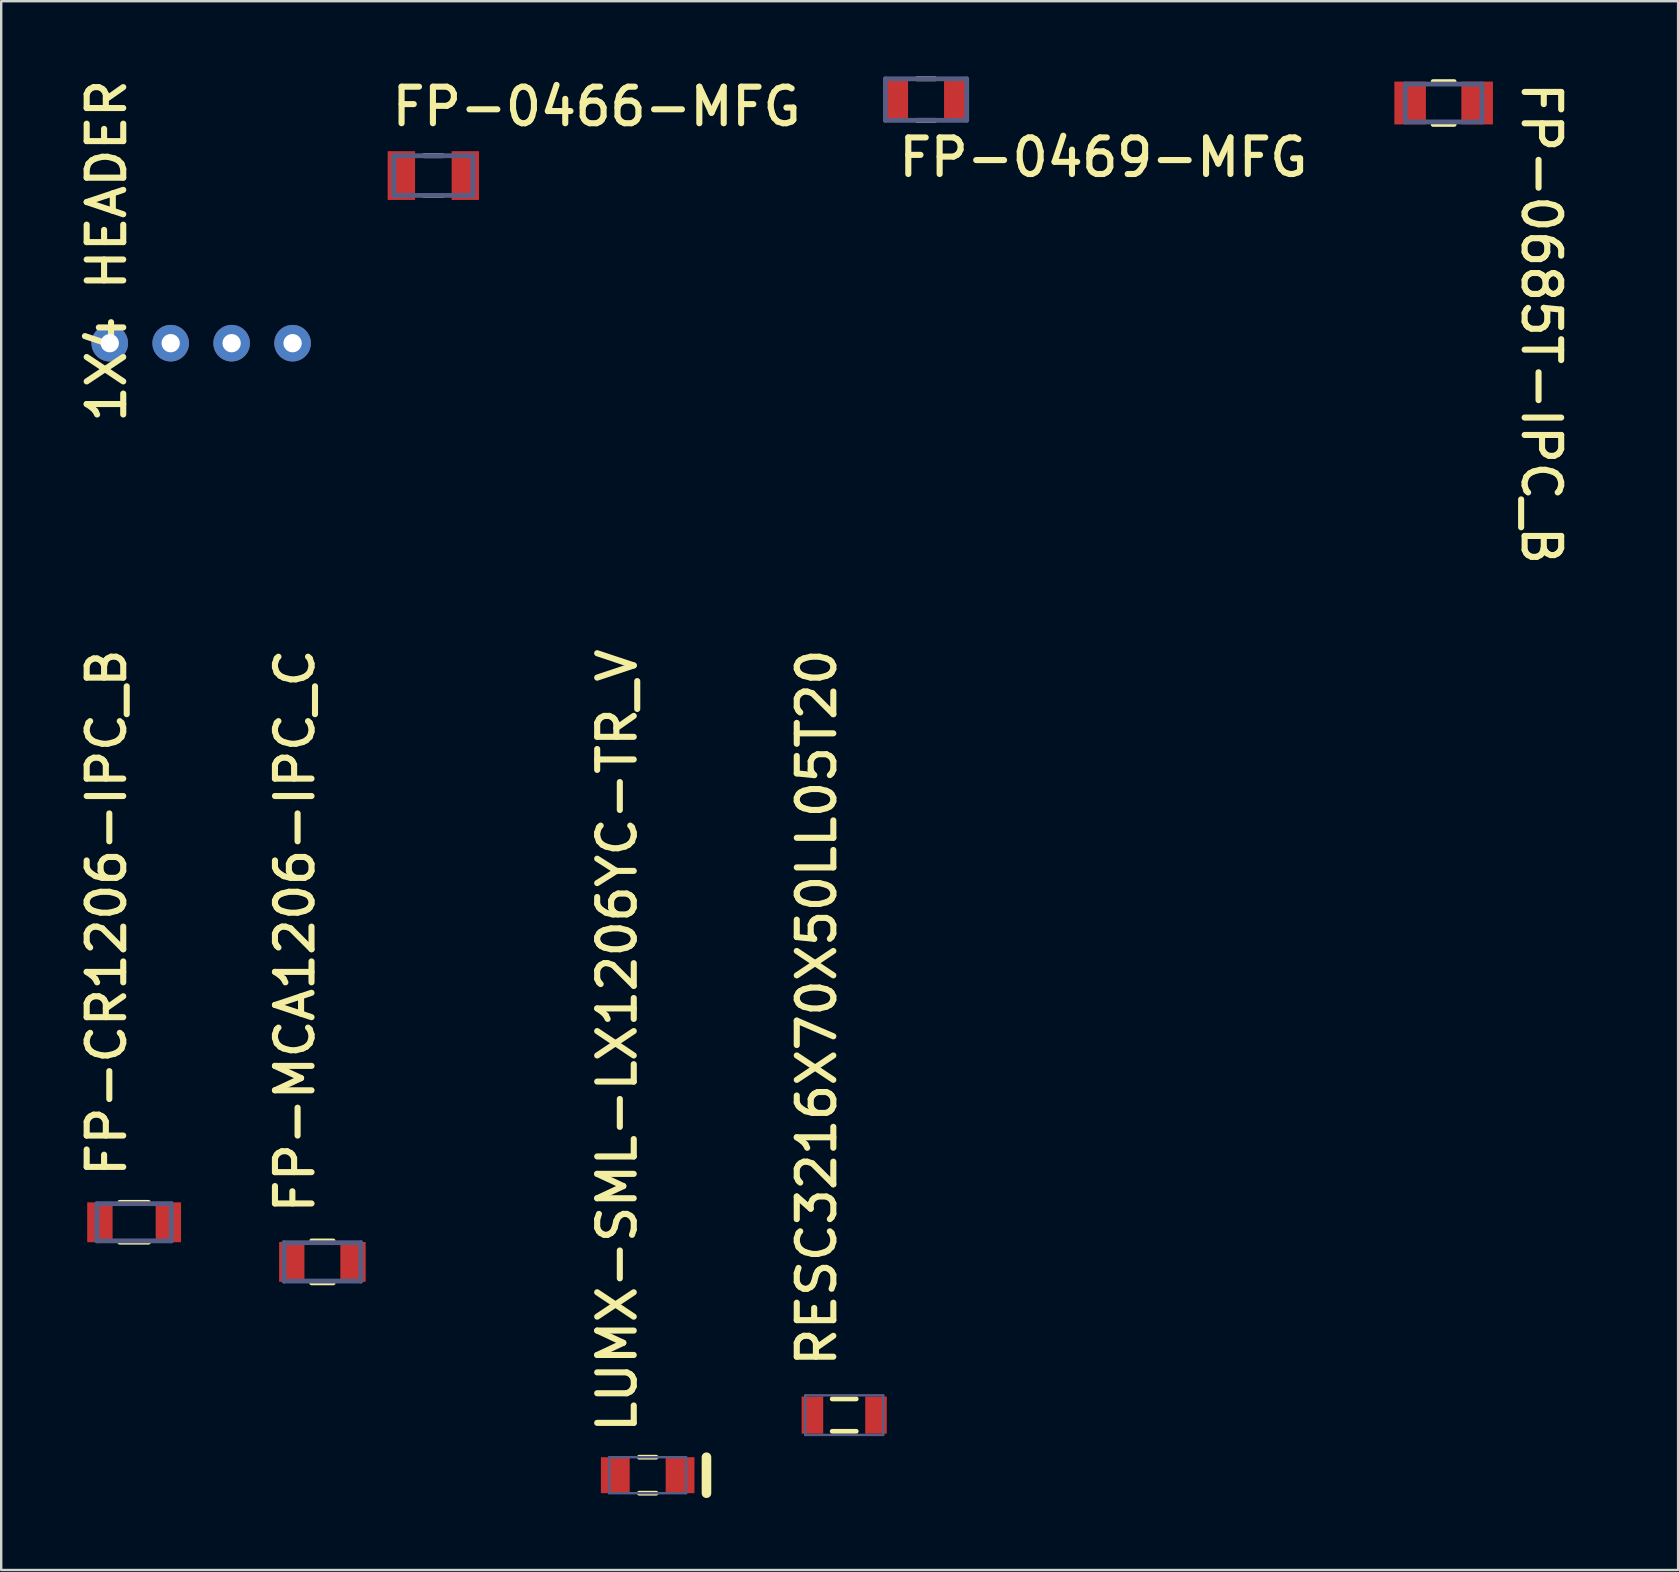
<source format=kicad_pcb>
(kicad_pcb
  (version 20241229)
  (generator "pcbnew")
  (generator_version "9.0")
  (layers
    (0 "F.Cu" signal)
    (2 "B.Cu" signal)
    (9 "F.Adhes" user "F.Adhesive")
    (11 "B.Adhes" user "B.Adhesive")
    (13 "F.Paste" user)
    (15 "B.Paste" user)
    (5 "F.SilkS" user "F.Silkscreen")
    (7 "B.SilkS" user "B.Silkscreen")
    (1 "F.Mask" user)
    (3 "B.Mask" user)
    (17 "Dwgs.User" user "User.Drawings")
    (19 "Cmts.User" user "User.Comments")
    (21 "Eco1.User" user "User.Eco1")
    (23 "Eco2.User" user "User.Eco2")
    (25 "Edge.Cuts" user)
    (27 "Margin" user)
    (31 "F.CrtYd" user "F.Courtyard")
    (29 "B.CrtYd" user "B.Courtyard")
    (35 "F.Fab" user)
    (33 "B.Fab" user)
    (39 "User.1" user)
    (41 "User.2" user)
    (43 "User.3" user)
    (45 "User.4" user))
  (footprint "FP-MCA1206-IPC_C"
    (layer "F.Cu")
    (at 10.387 49.543)
    (property "Reference" "FP-MCA1206-IPC_C" (at -0.254 -1.905 90) (unlocked yes) (layer "F.SilkS") (effects (font (size 1.524 1.524) (thickness 0.254)) (justify left bottom)))
    (fp_line (start 0.448 -0.875) (end -0.448 -0.875) (stroke (width 0.2) (type solid)) (layer "F.SilkS"))
    (fp_line (start 0.448 0.875) (end -0.448 0.875) (stroke (width 0.2) (type solid)) (layer "F.SilkS"))
    (fp_line (start -1.904 0.975) (end -1.904 -0.975) (stroke (width 0.2) (type solid)) (layer "Eco1.User"))
    (fp_line (start 0 0.5) (end 0 -0.5) (stroke (width 0.1) (type solid)) (layer "Eco1.User"))
    (fp_line (start 0.5 0) (end -0.5 0) (stroke (width 0.1) (type solid)) (layer "Eco1.User"))
    (fp_line (start 1.904 -0.975) (end -1.904 -0.975) (stroke (width 0.2) (type solid)) (layer "Eco1.User"))
    (fp_line (start 1.904 0.975) (end -1.904 0.975) (stroke (width 0.2) (type solid)) (layer "Eco1.User"))
    (fp_line (start 1.904 0.975) (end 1.904 -0.975) (stroke (width 0.2) (type solid)) (layer "Eco1.User"))
    (fp_line (start -1.6 0.8) (end -1.6 -0.8) (stroke (width 0.2) (type solid)) (layer "B.Fab"))
    (fp_line (start 1.6 -0.8) (end -1.6 -0.8) (stroke (width 0.2) (type solid)) (layer "B.Fab"))
    (fp_line (start 1.6 0.8) (end -1.6 0.8) (stroke (width 0.2) (type solid)) (layer "B.Fab"))
    (fp_line (start 1.6 0.8) (end 1.6 -0.8) (stroke (width 0.2) (type solid)) (layer "B.Fab"))
    (fp_line (start -1.904 0.975) (end -1.904 -0.975) (stroke (width 0.2) (type solid)) (layer "User.5"))
    (fp_line (start 1.904 -0.975) (end -1.904 -0.975) (stroke (width 0.2) (type solid)) (layer "User.5"))
    (fp_line (start 1.904 0.975) (end -1.904 0.975) (stroke (width 0.2) (type solid)) (layer "User.5"))
    (fp_line (start 1.904 0.975) (end 1.904 -0.975) (stroke (width 0.2) (type solid)) (layer "User.5"))
    (fp_text user "${REFERENCE}" (at -0.00001 0.00001 0) (unlocked yes) (layer "User.5") (effects (font (size 0.5 0.5) (thickness 0.1)) (justify left bottom)))
    (pad "1" smd rect (at -1.276 0) (size 1.056 1.658) (layers "F.Cu" "F.Mask" "F.Paste"))
    (pad "2" smd rect (at 1.276 0) (size 1.056 1.658) (layers "F.Cu" "F.Mask" "F.Paste")))
  (footprint "1X4 HEADER"
    (layer "F.Cu")
    (at 6.604 16.333)
    (property "Reference" "1X4 HEADER" (at -4.318 -1.651 90) (unlocked yes) (layer "F.SilkS") (effects (font (size 1.524 1.524) (thickness 0.254)) (justify left bottom)))
    (pad "1" thru_hole circle (at -5.08 -5.08) (size 1.524 1.524) (drill 0.762) (layers "*.Cu" "*.Mask"))
    (pad "2" thru_hole circle (at -2.54 -5.08) (size 1.524 1.524) (drill 0.762) (layers "*.Cu" "*.Mask"))
    (pad "3" thru_hole circle (at 0 -5.08) (size 1.524 1.524) (drill 0.762) (layers "*.Cu" "*.Mask"))
    (pad "4" thru_hole circle (at 2.54 -5.08) (size 1.524 1.524) (drill 0.762) (layers "*.Cu" "*.Mask")))
  (footprint "RESC3216X70X50LL05T20"
    (layer "F.Cu")
    (at 32.135 55.929)
    (property "Reference" "RESC3216X70X50LL05T20" (at -0.254 -1.905 90) (unlocked yes) (layer "F.SilkS") (effects (font (size 1.524 1.524) (thickness 0.254)) (justify left bottom)))
    (fp_line (start 0.5 -0.675) (end -0.5 -0.675) (stroke (width 0.2) (type solid)) (layer "F.SilkS"))
    (fp_line (start 0.5 0.675) (end -0.5 0.675) (stroke (width 0.2) (type solid)) (layer "F.SilkS"))
    (fp_line (start -1.9 0.95) (end -1.9 -0.95) (stroke (width 0.05) (type solid)) (layer "Eco1.User"))
    (fp_line (start 0 0.5) (end 0 -0.5) (stroke (width 0.1) (type solid)) (layer "Eco1.User"))
    (fp_line (start 0.5 0) (end -0.5 0) (stroke (width 0.1) (type solid)) (layer "Eco1.User"))
    (fp_line (start 1.9 -0.95) (end -1.9 -0.95) (stroke (width 0.05) (type solid)) (layer "Eco1.User"))
    (fp_line (start 1.9 0.95) (end -1.9 0.95) (stroke (width 0.05) (type solid)) (layer "Eco1.User"))
    (fp_line (start 1.9 0.95) (end 1.9 -0.95) (stroke (width 0.05) (type solid)) (layer "Eco1.User"))
    (fp_line (start -1.625 0.825) (end -1.625 -0.825) (stroke (width 0.1) (type solid)) (layer "B.Fab"))
    (fp_line (start 1.625 -0.825) (end -1.625 -0.825) (stroke (width 0.1) (type solid)) (layer "B.Fab"))
    (fp_line (start 1.625 0.825) (end -1.625 0.825) (stroke (width 0.1) (type solid)) (layer "B.Fab"))
    (fp_line (start 1.625 0.825) (end 1.625 -0.825) (stroke (width 0.1) (type solid)) (layer "B.Fab"))
    (pad "1" smd rect (at -1.325 0 90) (size 1.55 0.9) (layers "F.Cu" "F.Mask" "F.Paste"))
    (pad "2" smd rect (at 1.325 0 90) (size 1.55 0.9) (layers "F.Cu" "F.Mask" "F.Paste")))
  (footprint "FP-CR1206-IPC_B"
    (layer "F.Cu")
    (at 2.54 47.892)
    (property "Reference" "FP-CR1206-IPC_B" (at -0.254 -1.778 90) (unlocked yes) (layer "F.SilkS") (effects (font (size 1.524 1.524) (thickness 0.254)) (justify left bottom)))
    (fp_line (start 0.598 -0.831) (end -0.598 -0.831) (stroke (width 0.2) (type solid)) (layer "F.SilkS"))
    (fp_line (start 0.598 0.831) (end -0.598 0.831) (stroke (width 0.2) (type solid)) (layer "F.SilkS"))
    (fp_line (start -2.206 1.081) (end -2.206 -1.081) (stroke (width 0.2) (type solid)) (layer "Eco1.User"))
    (fp_line (start 0 0.5) (end 0 -0.5) (stroke (width 0.1) (type solid)) (layer "Eco1.User"))
    (fp_line (start 0.5 0) (end -0.5 0) (stroke (width 0.1) (type solid)) (layer "Eco1.User"))
    (fp_line (start 2.206 -1.081) (end -2.206 -1.081) (stroke (width 0.2) (type solid)) (layer "Eco1.User"))
    (fp_line (start 2.206 1.081) (end -2.206 1.081) (stroke (width 0.2) (type solid)) (layer "Eco1.User"))
    (fp_line (start 2.206 1.081) (end 2.206 -1.081) (stroke (width 0.2) (type solid)) (layer "Eco1.User"))
    (fp_line (start -1.55 0.775) (end -1.55 -0.775) (stroke (width 0.2) (type solid)) (layer "B.Fab"))
    (fp_line (start 1.55 -0.775) (end -1.55 -0.775) (stroke (width 0.2) (type solid)) (layer "B.Fab"))
    (fp_line (start 1.55 0.775) (end -1.55 0.775) (stroke (width 0.2) (type solid)) (layer "B.Fab"))
    (fp_line (start 1.55 0.775) (end 1.55 -0.775) (stroke (width 0.2) (type solid)) (layer "B.Fab"))
    (fp_line (start -2.206 1.081) (end -2.206 -1.081) (stroke (width 0.2) (type solid)) (layer "User.5"))
    (fp_line (start 2.206 -1.081) (end -2.206 -1.081) (stroke (width 0.2) (type solid)) (layer "User.5"))
    (fp_line (start 2.206 1.081) (end -2.206 1.081) (stroke (width 0.2) (type solid)) (layer "User.5"))
    (fp_line (start 2.206 1.081) (end 2.206 -1.081) (stroke (width 0.2) (type solid)) (layer "User.5"))
    (pad "1" smd rect (at -1.427 0) (size 1.058 1.662) (layers "F.Cu" "F.Mask" "F.Paste"))
    (pad "2" smd rect (at 1.427 0) (size 1.058 1.662) (layers "F.Cu" "F.Mask" "F.Paste")))
  (footprint "FP-0469-MFG"
    (layer "F.Cu")
    (at 35.546 1.1)
    (property "Reference" "FP-0469-MFG" (at -1.27 3.302 0) (unlocked yes) (layer "F.SilkS") (effects (font (size 1.524 1.524) (thickness 0.254)) (justify left bottom)))
    (fp_line (start -0.375 -0.865) (end 0.375 -0.865) (stroke (width 0.2) (type solid)) (layer "F.SilkS"))
    (fp_line (start -0.375 0.865) (end 0.375 0.865) (stroke (width 0.2) (type solid)) (layer "F.SilkS"))
    (fp_line (start -1.85 -1) (end 1.85 -1) (stroke (width 0.2) (type solid)) (layer "Eco1.User"))
    (fp_line (start -1.85 1) (end -1.85 -1) (stroke (width 0.2) (type solid)) (layer "Eco1.User"))
    (fp_line (start -1.85 1) (end 1.85 1) (stroke (width 0.2) (type solid)) (layer "Eco1.User"))
    (fp_line (start -0.5 0) (end 0.5 0) (stroke (width 0.1) (type solid)) (layer "Eco1.User"))
    (fp_line (start 0 0.5) (end 0 -0.5) (stroke (width 0.1) (type solid)) (layer "Eco1.User"))
    (fp_line (start 1.85 1) (end 1.85 -1) (stroke (width 0.2) (type solid)) (layer "Eco1.User"))
    (fp_line (start -1.695 -0.865) (end 1.695 -0.865) (stroke (width 0.2) (type solid)) (layer "B.Fab"))
    (fp_line (start -1.695 0.865) (end -1.695 -0.865) (stroke (width 0.2) (type solid)) (layer "B.Fab"))
    (fp_line (start -1.695 0.865) (end 1.695 0.865) (stroke (width 0.2) (type solid)) (layer "B.Fab"))
    (fp_line (start 1.695 0.865) (end 1.695 -0.865) (stroke (width 0.2) (type solid)) (layer "B.Fab"))
    (fp_line (start -1.85 -1) (end 1.85 -1) (stroke (width 0.2) (type solid)) (layer "User.5"))
    (fp_line (start -1.85 1) (end -1.85 -1) (stroke (width 0.2) (type solid)) (layer "User.5"))
    (fp_line (start -1.85 1) (end 1.85 1) (stroke (width 0.2) (type solid)) (layer "User.5"))
    (fp_line (start 1.85 1) (end 1.85 -1) (stroke (width 0.2) (type solid)) (layer "User.5"))
    (fp_text user "${REFERENCE}" (at -0.00001 -0.011 0) (unlocked yes) (layer "User.5") (effects (font (size 0.5 0.5) (thickness 0.1)) (justify left bottom)))
    (pad "1" smd rect (at -1.25 0) (size 1 1.8) (layers "F.Cu" "F.Mask" "F.Paste"))
    (pad "2" smd rect (at 1.25 0) (size 1 1.8) (layers "F.Cu" "F.Mask" "F.Paste")))
  (footprint "LUMX-SML-LX1206YC-TR_V"
    (layer "F.Cu")
    (at 23.944 58.433)
    (property "Reference" "LUMX-SML-LX1206YC-TR_V" (at -0.381 -1.651 90) (unlocked yes) (layer "F.SilkS") (effects (font (size 1.524 1.524) (thickness 0.254)) (justify left bottom)))
    (fp_line (start 0.35 -0.75) (end -0.35 -0.75) (stroke (width 0.2) (type solid)) (layer "F.SilkS"))
    (fp_line (start 0.35 0.75) (end -0.35 0.75) (stroke (width 0.2) (type solid)) (layer "F.SilkS"))
    (fp_line (start 2.45 0.75) (end 2.45 -0.75) (stroke (width 0.4) (type solid)) (layer "F.SilkS"))
    (fp_line (start -2.05 0.85) (end -2.05 -0.85) (stroke (width 0.05) (type solid)) (layer "Eco1.User"))
    (fp_line (start 0 0.5) (end 0 -0.5) (stroke (width 0.1) (type solid)) (layer "Eco1.User"))
    (fp_line (start 0.5 0) (end -0.5 0) (stroke (width 0.1) (type solid)) (layer "Eco1.User"))
    (fp_line (start 2.05 -0.85) (end -2.05 -0.85) (stroke (width 0.05) (type solid)) (layer "Eco1.User"))
    (fp_line (start 2.05 0.85) (end -2.05 0.85) (stroke (width 0.05) (type solid)) (layer "Eco1.User"))
    (fp_line (start 2.05 0.85) (end 2.05 -0.85) (stroke (width 0.05) (type solid)) (layer "Eco1.User"))
    (fp_line (start -1.6 0.75) (end -1.6 -0.75) (stroke (width 0.1) (type solid)) (layer "B.Fab"))
    (fp_line (start 1.6 -0.75) (end -1.6 -0.75) (stroke (width 0.1) (type solid)) (layer "B.Fab"))
    (fp_line (start 1.6 0.75) (end -1.6 0.75) (stroke (width 0.1) (type solid)) (layer "B.Fab"))
    (fp_line (start 1.6 0.75) (end 1.6 -0.75) (stroke (width 0.1) (type solid)) (layer "B.Fab"))
    (pad "1" smd rect (at -1.35 0) (size 1.2 1.5) (layers "F.Cu" "F.Mask" "F.Paste"))
    (pad "2" smd rect (at 1.35 0) (size 1.2 1.5) (layers "F.Cu" "F.Mask" "F.Paste")))
  (footprint "FP-0685T-IPC_B"
    (layer "F.Cu")
    (at 57.118 1.243)
    (property "Reference" "FP-0685T-IPC_B" (at 3.175 -0.991 270) (unlocked yes) (layer "F.SilkS") (effects (font (size 1.524 1.524) (thickness 0.254)) (justify left bottom)))
    (fp_line (start -0.438 -0.893) (end 0.438 -0.893) (stroke (width 0.2) (type solid)) (layer "F.SilkS"))
    (fp_line (start -0.438 0.893) (end 0.438 0.893) (stroke (width 0.2) (type solid)) (layer "F.SilkS"))
    (fp_line (start -2.303 -1.143) (end -2.303 1.143) (stroke (width 0.2) (type solid)) (layer "Eco1.User"))
    (fp_line (start -2.303 -1.143) (end 2.303 -1.143) (stroke (width 0.2) (type solid)) (layer "Eco1.User"))
    (fp_line (start -2.303 1.143) (end 2.303 1.143) (stroke (width 0.2) (type solid)) (layer "Eco1.User"))
    (fp_line (start -0.5 0) (end 0.5 0) (stroke (width 0.1) (type solid)) (layer "Eco1.User"))
    (fp_line (start 0 -0.5) (end 0 0.5) (stroke (width 0.1) (type solid)) (layer "Eco1.User"))
    (fp_line (start 2.303 -1.143) (end 2.303 1.143) (stroke (width 0.2) (type solid)) (layer "Eco1.User"))
    (fp_line (start -1.6 -0.79) (end -1.6 0.79) (stroke (width 0.2) (type solid)) (layer "B.Fab"))
    (fp_line (start -1.6 -0.79) (end 1.6 -0.79) (stroke (width 0.2) (type solid)) (layer "B.Fab"))
    (fp_line (start -1.6 0.79) (end 1.6 0.79) (stroke (width 0.2) (type solid)) (layer "B.Fab"))
    (fp_line (start 1.6 -0.79) (end 1.6 0.79) (stroke (width 0.2) (type solid)) (layer "B.Fab"))
    (fp_line (start -2.303 -1.143) (end -2.303 1.143) (stroke (width 0.2) (type solid)) (layer "User.5"))
    (fp_line (start -2.303 -1.143) (end 2.303 -1.143) (stroke (width 0.2) (type solid)) (layer "User.5"))
    (fp_line (start -2.303 1.143) (end 2.303 1.143) (stroke (width 0.2) (type solid)) (layer "User.5"))
    (fp_line (start 2.303 -1.143) (end 2.303 1.143) (stroke (width 0.2) (type solid)) (layer "User.5"))
    (fp_text user "${REFERENCE}" (at -0.00001 0.00001 0) (unlocked yes) (layer "User.5") (effects (font (size 0.5 0.5) (thickness 0.1)) (justify left bottom)))
    (pad "1" smd rect (at -1.396 0) (size 1.315 1.786) (layers "F.Cu" "F.Mask" "F.Paste"))
    (pad "2" smd rect (at 1.396 0) (size 1.315 1.786) (layers "F.Cu" "F.Mask" "F.Paste")))
  (footprint "FP-0466-MFG"
    (layer "F.Cu")
    (at 15.011 4.267)
    (property "Reference" "FP-0466-MFG" (at -1.854 -1.981 0) (unlocked yes) (layer "F.SilkS") (effects (font (size 1.524 1.524) (thickness 0.254)) (justify left bottom)))
    (fp_line (start -0.387 -0.826) (end 0.387 -0.826) (stroke (width 0.2) (type solid)) (layer "F.SilkS"))
    (fp_line (start -0.387 0.826) (end 0.387 0.826) (stroke (width 0.2) (type solid)) (layer "F.SilkS"))
    (fp_line (start -2.005 -1.116) (end 2.005 -1.116) (stroke (width 0.2) (type solid)) (layer "Eco1.User"))
    (fp_line (start -2.005 1.116) (end -2.005 -1.116) (stroke (width 0.2) (type solid)) (layer "Eco1.User"))
    (fp_line (start -2.005 1.116) (end 2.005 1.116) (stroke (width 0.2) (type solid)) (layer "Eco1.User"))
    (fp_line (start -0.5 0) (end 0.5 0) (stroke (width 0.1) (type solid)) (layer "Eco1.User"))
    (fp_line (start 0 0.5) (end 0 -0.5) (stroke (width 0.1) (type solid)) (layer "Eco1.User"))
    (fp_line (start 2.005 1.116) (end 2.005 -1.116) (stroke (width 0.2) (type solid)) (layer "Eco1.User"))
    (fp_line (start -1.651 -0.826) (end 1.651 -0.826) (stroke (width 0.2) (type solid)) (layer "B.Fab"))
    (fp_line (start -1.651 0.826) (end -1.651 -0.826) (stroke (width 0.2) (type solid)) (layer "B.Fab"))
    (fp_line (start -1.651 0.826) (end 1.651 0.826) (stroke (width 0.2) (type solid)) (layer "B.Fab"))
    (fp_line (start 1.651 0.826) (end 1.651 -0.826) (stroke (width 0.2) (type solid)) (layer "B.Fab"))
    (fp_line (start -2.005 -1.116) (end 2.005 -1.116) (stroke (width 0.2) (type solid)) (layer "User.5"))
    (fp_line (start -2.005 1.116) (end -2.005 -1.116) (stroke (width 0.2) (type solid)) (layer "User.5"))
    (fp_line (start -2.005 1.116) (end 2.005 1.116) (stroke (width 0.2) (type solid)) (layer "User.5"))
    (fp_line (start 2.005 1.116) (end 2.005 -1.116) (stroke (width 0.2) (type solid)) (layer "User.5"))
    (fp_text user "${REFERENCE}" (at -0.00001 0.00001 0) (unlocked yes) (layer "User.5") (effects (font (size 0.5 0.5) (thickness 0.1)) (justify left bottom)))
    (pad "1" smd rect (at -1.333 0) (size 1.143 2.032) (layers "F.Cu" "F.Mask" "F.Paste"))
    (pad "2" smd rect (at 1.333 0) (size 1.143 2.032) (layers "F.Cu" "F.Mask" "F.Paste")))
  (gr_rect
    (start -3 -3)
    (end 66.89 62.383)
    (stroke (width 0.1) (type default))
    (fill no)
    (layer "Edge.Cuts")))
</source>
